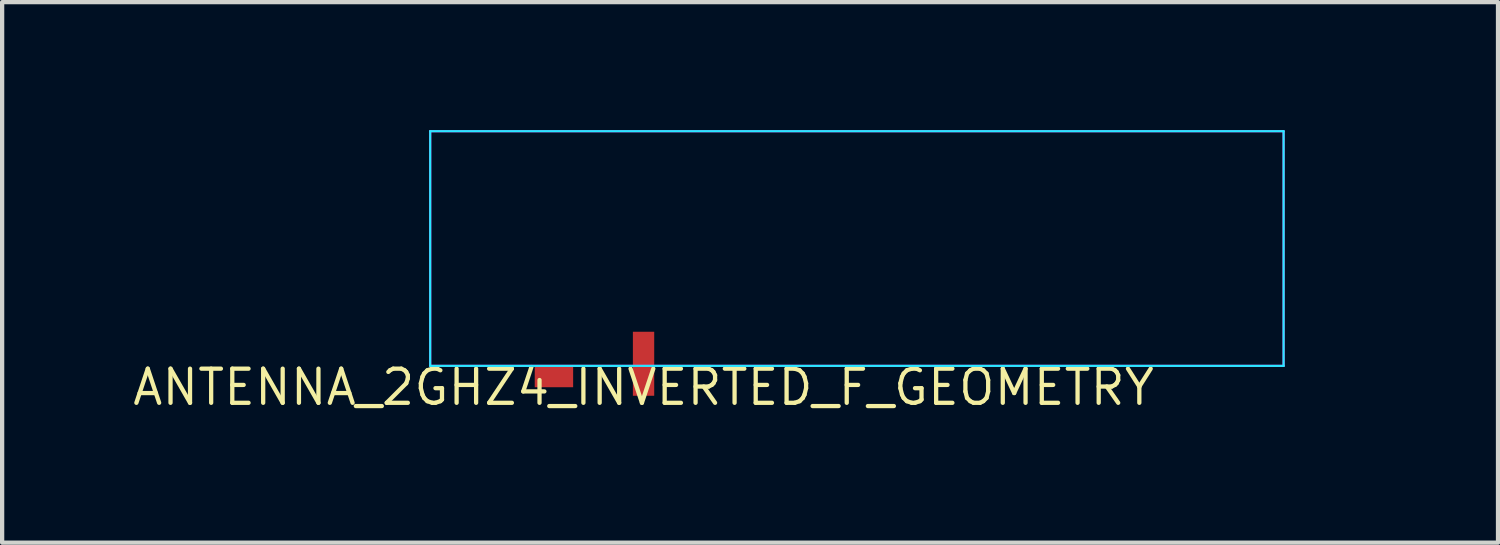
<source format=kicad_pcb>
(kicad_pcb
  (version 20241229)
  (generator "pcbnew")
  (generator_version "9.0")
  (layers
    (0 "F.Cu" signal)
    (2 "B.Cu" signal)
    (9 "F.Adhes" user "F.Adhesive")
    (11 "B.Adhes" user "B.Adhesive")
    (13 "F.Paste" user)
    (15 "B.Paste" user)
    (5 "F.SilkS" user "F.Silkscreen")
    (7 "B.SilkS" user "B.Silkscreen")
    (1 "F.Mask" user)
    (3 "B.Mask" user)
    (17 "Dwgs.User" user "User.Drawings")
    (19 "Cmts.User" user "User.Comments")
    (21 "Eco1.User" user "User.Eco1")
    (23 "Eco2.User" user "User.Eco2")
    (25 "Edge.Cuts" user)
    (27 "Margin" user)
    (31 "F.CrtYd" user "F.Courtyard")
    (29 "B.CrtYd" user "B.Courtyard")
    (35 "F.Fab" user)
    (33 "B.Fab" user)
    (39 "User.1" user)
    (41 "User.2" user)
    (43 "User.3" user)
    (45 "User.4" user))
  (footprint "ANTENNA_2GHZ4_INVERTED_F_GEOMETRY"
    (layer "F.Cu")
    (at 12.032 6.025)
    (property "Reference" "ANTENNA_2GHZ4_INVERTED_F_GEOMETRY" (at 0 0 0) (layer "F.SilkS") (effects (font (size 0.8 0.8) (thickness 0.1))))
    (fp_line (start -5 -6) (end -5 -0.5) (stroke (width 0.05) (type solid)) (layer "B.CrtYd"))
    (fp_line (start -5 -0.5) (end 15 -0.5) (stroke (width 0.05) (type solid)) (layer "B.CrtYd"))
    (fp_line (start 15 -6) (end -5 -6) (stroke (width 0.05) (type solid)) (layer "B.CrtYd"))
    (fp_line (start 15 -0.5) (end 15 -6) (stroke (width 0.05) (type solid)) (layer "B.CrtYd"))
    (fp_line (start -5 -6) (end -5 -0.5) (stroke (width 0.05) (type solid)) (layer "F.CrtYd"))
    (fp_line (start -5 -0.5) (end 15 -0.5) (stroke (width 0.05) (type solid)) (layer "F.CrtYd"))
    (fp_line (start 15 -6) (end -5 -6) (stroke (width 0.05) (type solid)) (layer "F.CrtYd"))
    (fp_line (start 15 -0.5) (end 15 -6) (stroke (width 0.05) (type solid)) (layer "F.CrtYd"))
    (fp_line (start 17 -6) (end -7 -6) (stroke (width 0.05) (type solid)) (layer "User.1"))
    (pad "" smd rect (at 5 -3.25) (size 20 5.5) (layers "F.Mask"))
    (pad "gnd" smd rect (at -2.1 -0.25) (size 0.9 0.5) (layers "F.Cu" "F.Mask" "F.Paste"))
    (pad "launch" smd rect (at 0 -0.55) (size 0.5 1.5) (layers "F.Cu" "F.Mask" "F.Paste")))
  (gr_rect
    (start -3 -3)
    (end 32.057 9.668)
    (stroke (width 0.1) (type default))
    (fill no)
    (layer "Edge.Cuts")))
</source>
